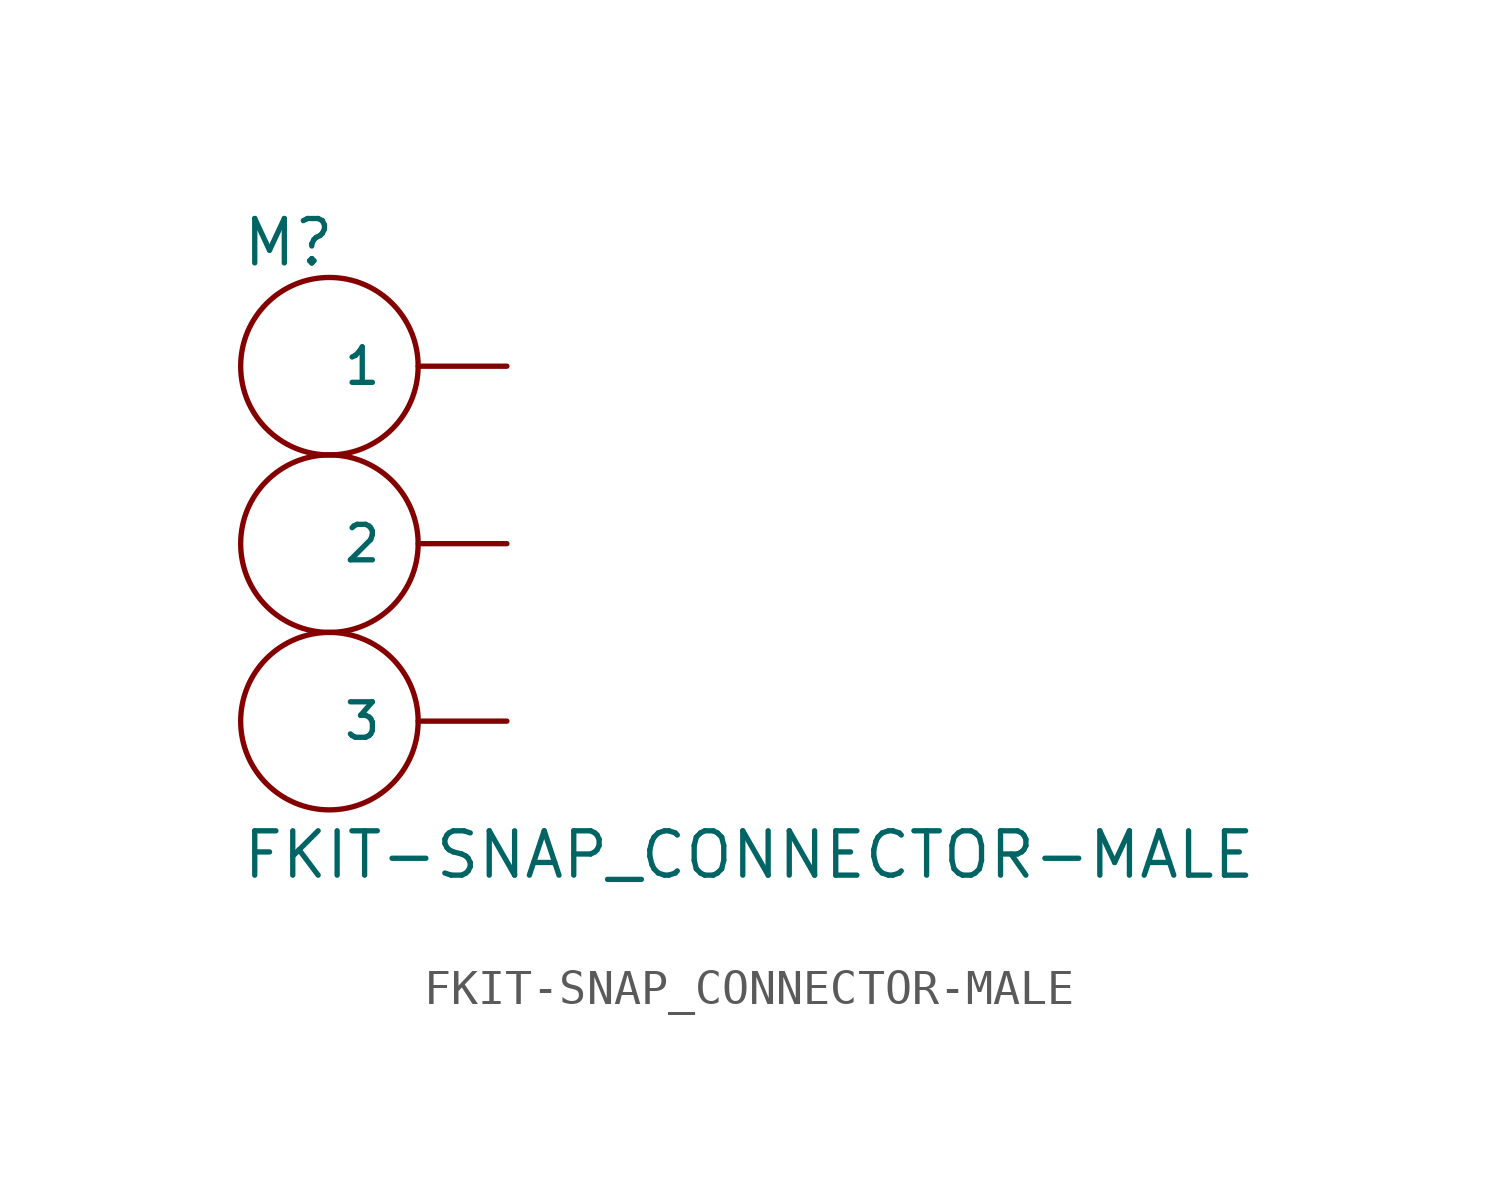
<source format=kicad_sym>
(kicad_symbol_lib
  (version 20211014)
  (generator kicad_symbol_editor)
  (symbol "FKIT-SNAP_CONNECTOR-MALE"
    (pin_numbers hide)
    (pin_names
      (offset 1.016))
    (property "Reference" "M"
      (at -2.54 7.874 0)
      (effects (font (size 1.27 1.27)) (justify left bottom)))
    (property "Value" "FKIT-SNAP_CONNECTOR-MALE"
      (at -2.54 -9.652 0)
      (effects (font (size 1.27 1.27)) (justify left bottom)))
    (property "ki_locked" ""
      (at 0 0 0)
      (effects (font (size 1.27 1.27))))
    (symbol "FKIT-SNAP_CONNECTOR-MALE_1_1"
      (circle (center 0 -5.08) (radius 2.54) (stroke (width 0) (type default) (color 0 0 0 0)) (fill (type none)))
      (circle (center 0 0) (radius 2.54) (stroke (width 0) (type default) (color 0 0 0 0)) (fill (type none)))
      (circle (center 0 5.08) (radius 2.54) (stroke (width 0) (type default) (color 0 0 0 0)) (fill (type none)))
      (pin bidirectional line (at 5.08 5.08 180) (length 2.54) (name "1" (effects (font (size 1.016 1.016)))) (number "1" (effects (font (size 1.016 1.016)))))
      (pin bidirectional line (at 5.08 0 180) (length 2.54) (name "2" (effects (font (size 1.016 1.016)))) (number "2" (effects (font (size 1.016 1.016)))))
      (pin bidirectional line (at 5.08 -5.08 180) (length 2.54) (name "3" (effects (font (size 1.016 1.016)))) (number "3" (effects (font (size 1.016 1.016))))))))
</source>
